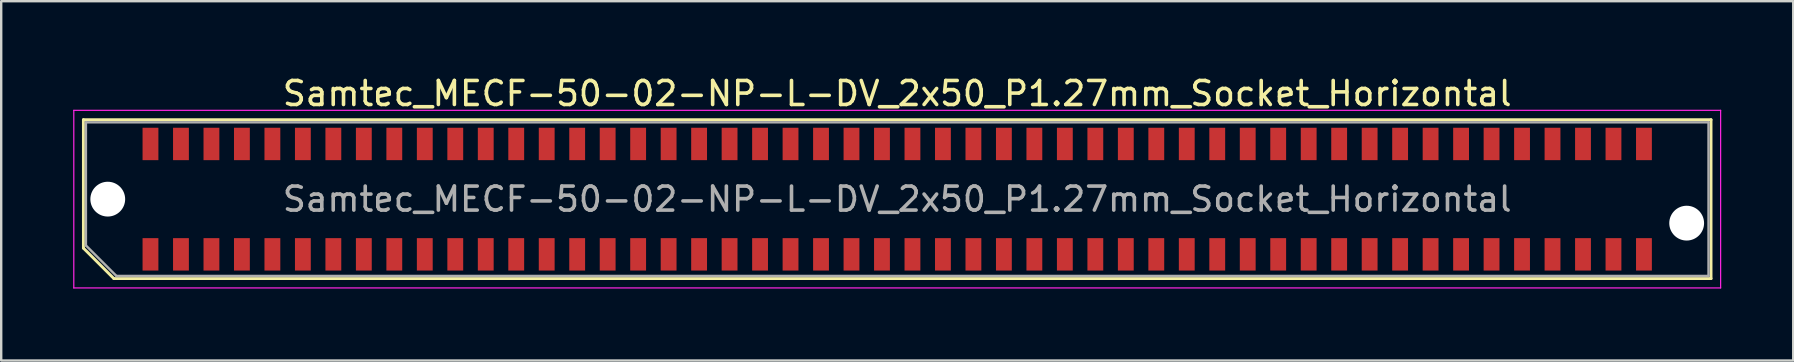
<source format=kicad_pcb>
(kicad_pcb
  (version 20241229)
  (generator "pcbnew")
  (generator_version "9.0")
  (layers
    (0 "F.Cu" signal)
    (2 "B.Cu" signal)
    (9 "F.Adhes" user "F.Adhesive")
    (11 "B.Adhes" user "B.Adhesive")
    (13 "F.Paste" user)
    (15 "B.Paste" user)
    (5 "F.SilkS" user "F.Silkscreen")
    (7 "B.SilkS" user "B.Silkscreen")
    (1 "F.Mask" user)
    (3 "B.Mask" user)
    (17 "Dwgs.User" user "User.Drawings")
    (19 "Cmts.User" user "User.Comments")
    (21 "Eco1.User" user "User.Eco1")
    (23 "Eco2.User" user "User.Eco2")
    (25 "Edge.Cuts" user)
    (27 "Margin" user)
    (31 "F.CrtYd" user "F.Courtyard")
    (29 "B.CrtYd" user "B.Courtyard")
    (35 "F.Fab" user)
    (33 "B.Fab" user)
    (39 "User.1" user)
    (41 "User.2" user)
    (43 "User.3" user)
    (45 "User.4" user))
  (footprint "Samtec_MECF-50-02-NP-L-DV_2x50_P1.27mm_Socket_Horizontal"
    (layer "F.Cu")
    (at 34.335 5.248)
    (property "Reference" "Samtec_MECF-50-02-NP-L-DV_2x50_P1.27mm_Socket_Horizontal" (at 0 -4.4 0) (layer "F.SilkS") (effects (font (size 1 1) (thickness 0.15))))
    (attr smd)
    (fp_line (start -33.91 -3.31) (end 33.91 -3.31) (stroke (width 0.12) (type solid)) (layer "F.SilkS"))
    (fp_line (start -33.91 2.04) (end -33.91 -3.31) (stroke (width 0.12) (type solid)) (layer "F.SilkS"))
    (fp_line (start -32.64 3.31) (end -33.91 2.04) (stroke (width 0.12) (type solid)) (layer "F.SilkS"))
    (fp_line (start -32.64 3.31) (end 33.91 3.31) (stroke (width 0.12) (type solid)) (layer "F.SilkS"))
    (fp_line (start 33.91 3.31) (end 33.91 -3.31) (stroke (width 0.12) (type solid)) (layer "F.SilkS"))
    (fp_line (start -34.31 -3.7) (end -34.31 3.7) (stroke (width 0.05) (type solid)) (layer "F.CrtYd"))
    (fp_line (start -34.31 3.7) (end 34.31 3.7) (stroke (width 0.05) (type solid)) (layer "F.CrtYd"))
    (fp_line (start 34.31 -3.7) (end -34.31 -3.7) (stroke (width 0.05) (type solid)) (layer "F.CrtYd"))
    (fp_line (start 34.31 3.7) (end 34.31 -3.7) (stroke (width 0.05) (type solid)) (layer "F.CrtYd"))
    (fp_line (start -33.805 -3.2) (end 33.805 -3.2) (stroke (width 0.1) (type solid)) (layer "F.Fab"))
    (fp_line (start -33.805 1.93) (end -33.805 -3.2) (stroke (width 0.1) (type solid)) (layer "F.Fab"))
    (fp_line (start -33.805 1.93) (end -32.535 3.2) (stroke (width 0.1) (type solid)) (layer "F.Fab"))
    (fp_line (start -32.535 3.2) (end 33.805 3.2) (stroke (width 0.1) (type solid)) (layer "F.Fab"))
    (fp_line (start 33.805 3.2) (end 33.805 -3.2) (stroke (width 0.1) (type solid)) (layer "F.Fab"))
    (fp_text user "${REFERENCE}" (at 0 0 0) (layer "F.Fab") (effects (font (size 1 1) (thickness 0.15))))
    (pad "" np_thru_hole circle (at -32.895 0) (size 1.45 1.45) (drill 1.45) (layers "*.Cu" "*.Mask"))
    (pad "" np_thru_hole circle (at 32.895 1) (size 1.45 1.45) (drill 1.45) (layers "*.Cu" "*.Mask"))
    (pad "1" smd rect (at -31.115 2.3) (size 0.66 1.35) (layers "F.Cu" "F.Mask" "F.Paste"))
    (pad "2" smd rect (at -31.115 -2.3) (size 0.66 1.35) (layers "F.Cu" "F.Mask" "F.Paste"))
    (pad "3" smd rect (at -29.845 2.3) (size 0.66 1.35) (layers "F.Cu" "F.Mask" "F.Paste"))
    (pad "4" smd rect (at -29.845 -2.3) (size 0.66 1.35) (layers "F.Cu" "F.Mask" "F.Paste"))
    (pad "5" smd rect (at -28.575 2.3) (size 0.66 1.35) (layers "F.Cu" "F.Mask" "F.Paste"))
    (pad "6" smd rect (at -28.575 -2.3) (size 0.66 1.35) (layers "F.Cu" "F.Mask" "F.Paste"))
    (pad "7" smd rect (at -27.305 2.3) (size 0.66 1.35) (layers "F.Cu" "F.Mask" "F.Paste"))
    (pad "8" smd rect (at -27.305 -2.3) (size 0.66 1.35) (layers "F.Cu" "F.Mask" "F.Paste"))
    (pad "9" smd rect (at -26.035 2.3) (size 0.66 1.35) (layers "F.Cu" "F.Mask" "F.Paste"))
    (pad "10" smd rect (at -26.035 -2.3) (size 0.66 1.35) (layers "F.Cu" "F.Mask" "F.Paste"))
    (pad "11" smd rect (at -24.765 2.3) (size 0.66 1.35) (layers "F.Cu" "F.Mask" "F.Paste"))
    (pad "12" smd rect (at -24.765 -2.3) (size 0.66 1.35) (layers "F.Cu" "F.Mask" "F.Paste"))
    (pad "13" smd rect (at -23.495 2.3) (size 0.66 1.35) (layers "F.Cu" "F.Mask" "F.Paste"))
    (pad "14" smd rect (at -23.495 -2.3) (size 0.66 1.35) (layers "F.Cu" "F.Mask" "F.Paste"))
    (pad "15" smd rect (at -22.225 2.3) (size 0.66 1.35) (layers "F.Cu" "F.Mask" "F.Paste"))
    (pad "16" smd rect (at -22.225 -2.3) (size 0.66 1.35) (layers "F.Cu" "F.Mask" "F.Paste"))
    (pad "17" smd rect (at -20.955 2.3) (size 0.66 1.35) (layers "F.Cu" "F.Mask" "F.Paste"))
    (pad "18" smd rect (at -20.955 -2.3) (size 0.66 1.35) (layers "F.Cu" "F.Mask" "F.Paste"))
    (pad "19" smd rect (at -19.685 2.3) (size 0.66 1.35) (layers "F.Cu" "F.Mask" "F.Paste"))
    (pad "20" smd rect (at -19.685 -2.3) (size 0.66 1.35) (layers "F.Cu" "F.Mask" "F.Paste"))
    (pad "21" smd rect (at -18.415 2.3) (size 0.66 1.35) (layers "F.Cu" "F.Mask" "F.Paste"))
    (pad "22" smd rect (at -18.415 -2.3) (size 0.66 1.35) (layers "F.Cu" "F.Mask" "F.Paste"))
    (pad "23" smd rect (at -17.145 2.3) (size 0.66 1.35) (layers "F.Cu" "F.Mask" "F.Paste"))
    (pad "24" smd rect (at -17.145 -2.3) (size 0.66 1.35) (layers "F.Cu" "F.Mask" "F.Paste"))
    (pad "25" smd rect (at -15.875 2.3) (size 0.66 1.35) (layers "F.Cu" "F.Mask" "F.Paste"))
    (pad "26" smd rect (at -15.875 -2.3) (size 0.66 1.35) (layers "F.Cu" "F.Mask" "F.Paste"))
    (pad "27" smd rect (at -14.605 2.3) (size 0.66 1.35) (layers "F.Cu" "F.Mask" "F.Paste"))
    (pad "28" smd rect (at -14.605 -2.3) (size 0.66 1.35) (layers "F.Cu" "F.Mask" "F.Paste"))
    (pad "29" smd rect (at -13.335 2.3) (size 0.66 1.35) (layers "F.Cu" "F.Mask" "F.Paste"))
    (pad "30" smd rect (at -13.335 -2.3) (size 0.66 1.35) (layers "F.Cu" "F.Mask" "F.Paste"))
    (pad "31" smd rect (at -12.065 2.3) (size 0.66 1.35) (layers "F.Cu" "F.Mask" "F.Paste"))
    (pad "32" smd rect (at -12.065 -2.3) (size 0.66 1.35) (layers "F.Cu" "F.Mask" "F.Paste"))
    (pad "33" smd rect (at -10.795 2.3) (size 0.66 1.35) (layers "F.Cu" "F.Mask" "F.Paste"))
    (pad "34" smd rect (at -10.795 -2.3) (size 0.66 1.35) (layers "F.Cu" "F.Mask" "F.Paste"))
    (pad "35" smd rect (at -9.525 2.3) (size 0.66 1.35) (layers "F.Cu" "F.Mask" "F.Paste"))
    (pad "36" smd rect (at -9.525 -2.3) (size 0.66 1.35) (layers "F.Cu" "F.Mask" "F.Paste"))
    (pad "37" smd rect (at -8.255 2.3) (size 0.66 1.35) (layers "F.Cu" "F.Mask" "F.Paste"))
    (pad "38" smd rect (at -8.255 -2.3) (size 0.66 1.35) (layers "F.Cu" "F.Mask" "F.Paste"))
    (pad "39" smd rect (at -6.985 2.3) (size 0.66 1.35) (layers "F.Cu" "F.Mask" "F.Paste"))
    (pad "40" smd rect (at -6.985 -2.3) (size 0.66 1.35) (layers "F.Cu" "F.Mask" "F.Paste"))
    (pad "41" smd rect (at -5.715 2.3) (size 0.66 1.35) (layers "F.Cu" "F.Mask" "F.Paste"))
    (pad "42" smd rect (at -5.715 -2.3) (size 0.66 1.35) (layers "F.Cu" "F.Mask" "F.Paste"))
    (pad "43" smd rect (at -4.445 2.3) (size 0.66 1.35) (layers "F.Cu" "F.Mask" "F.Paste"))
    (pad "44" smd rect (at -4.445 -2.3) (size 0.66 1.35) (layers "F.Cu" "F.Mask" "F.Paste"))
    (pad "45" smd rect (at -3.175 2.3) (size 0.66 1.35) (layers "F.Cu" "F.Mask" "F.Paste"))
    (pad "46" smd rect (at -3.175 -2.3) (size 0.66 1.35) (layers "F.Cu" "F.Mask" "F.Paste"))
    (pad "47" smd rect (at -1.905 2.3) (size 0.66 1.35) (layers "F.Cu" "F.Mask" "F.Paste"))
    (pad "48" smd rect (at -1.905 -2.3) (size 0.66 1.35) (layers "F.Cu" "F.Mask" "F.Paste"))
    (pad "49" smd rect (at -0.635 2.3) (size 0.66 1.35) (layers "F.Cu" "F.Mask" "F.Paste"))
    (pad "50" smd rect (at -0.635 -2.3) (size 0.66 1.35) (layers "F.Cu" "F.Mask" "F.Paste"))
    (pad "51" smd rect (at 0.635 2.3) (size 0.66 1.35) (layers "F.Cu" "F.Mask" "F.Paste"))
    (pad "52" smd rect (at 0.635 -2.3) (size 0.66 1.35) (layers "F.Cu" "F.Mask" "F.Paste"))
    (pad "53" smd rect (at 1.905 2.3) (size 0.66 1.35) (layers "F.Cu" "F.Mask" "F.Paste"))
    (pad "54" smd rect (at 1.905 -2.3) (size 0.66 1.35) (layers "F.Cu" "F.Mask" "F.Paste"))
    (pad "55" smd rect (at 3.175 2.3) (size 0.66 1.35) (layers "F.Cu" "F.Mask" "F.Paste"))
    (pad "56" smd rect (at 3.175 -2.3) (size 0.66 1.35) (layers "F.Cu" "F.Mask" "F.Paste"))
    (pad "57" smd rect (at 4.445 2.3) (size 0.66 1.35) (layers "F.Cu" "F.Mask" "F.Paste"))
    (pad "58" smd rect (at 4.445 -2.3) (size 0.66 1.35) (layers "F.Cu" "F.Mask" "F.Paste"))
    (pad "59" smd rect (at 5.715 2.3) (size 0.66 1.35) (layers "F.Cu" "F.Mask" "F.Paste"))
    (pad "60" smd rect (at 5.715 -2.3) (size 0.66 1.35) (layers "F.Cu" "F.Mask" "F.Paste"))
    (pad "61" smd rect (at 6.985 2.3) (size 0.66 1.35) (layers "F.Cu" "F.Mask" "F.Paste"))
    (pad "62" smd rect (at 6.985 -2.3) (size 0.66 1.35) (layers "F.Cu" "F.Mask" "F.Paste"))
    (pad "63" smd rect (at 8.255 2.3) (size 0.66 1.35) (layers "F.Cu" "F.Mask" "F.Paste"))
    (pad "64" smd rect (at 8.255 -2.3) (size 0.66 1.35) (layers "F.Cu" "F.Mask" "F.Paste"))
    (pad "65" smd rect (at 9.525 2.3) (size 0.66 1.35) (layers "F.Cu" "F.Mask" "F.Paste"))
    (pad "66" smd rect (at 9.525 -2.3) (size 0.66 1.35) (layers "F.Cu" "F.Mask" "F.Paste"))
    (pad "67" smd rect (at 10.795 2.3) (size 0.66 1.35) (layers "F.Cu" "F.Mask" "F.Paste"))
    (pad "68" smd rect (at 10.795 -2.3) (size 0.66 1.35) (layers "F.Cu" "F.Mask" "F.Paste"))
    (pad "69" smd rect (at 12.065 2.3) (size 0.66 1.35) (layers "F.Cu" "F.Mask" "F.Paste"))
    (pad "70" smd rect (at 12.065 -2.3) (size 0.66 1.35) (layers "F.Cu" "F.Mask" "F.Paste"))
    (pad "71" smd rect (at 13.335 2.3) (size 0.66 1.35) (layers "F.Cu" "F.Mask" "F.Paste"))
    (pad "72" smd rect (at 13.335 -2.3) (size 0.66 1.35) (layers "F.Cu" "F.Mask" "F.Paste"))
    (pad "73" smd rect (at 14.605 2.3) (size 0.66 1.35) (layers "F.Cu" "F.Mask" "F.Paste"))
    (pad "74" smd rect (at 14.605 -2.3) (size 0.66 1.35) (layers "F.Cu" "F.Mask" "F.Paste"))
    (pad "75" smd rect (at 15.875 2.3) (size 0.66 1.35) (layers "F.Cu" "F.Mask" "F.Paste"))
    (pad "76" smd rect (at 15.875 -2.3) (size 0.66 1.35) (layers "F.Cu" "F.Mask" "F.Paste"))
    (pad "77" smd rect (at 17.145 2.3) (size 0.66 1.35) (layers "F.Cu" "F.Mask" "F.Paste"))
    (pad "78" smd rect (at 17.145 -2.3) (size 0.66 1.35) (layers "F.Cu" "F.Mask" "F.Paste"))
    (pad "79" smd rect (at 18.415 2.3) (size 0.66 1.35) (layers "F.Cu" "F.Mask" "F.Paste"))
    (pad "80" smd rect (at 18.415 -2.3) (size 0.66 1.35) (layers "F.Cu" "F.Mask" "F.Paste"))
    (pad "81" smd rect (at 19.685 2.3) (size 0.66 1.35) (layers "F.Cu" "F.Mask" "F.Paste"))
    (pad "82" smd rect (at 19.685 -2.3) (size 0.66 1.35) (layers "F.Cu" "F.Mask" "F.Paste"))
    (pad "83" smd rect (at 20.955 2.3) (size 0.66 1.35) (layers "F.Cu" "F.Mask" "F.Paste"))
    (pad "84" smd rect (at 20.955 -2.3) (size 0.66 1.35) (layers "F.Cu" "F.Mask" "F.Paste"))
    (pad "85" smd rect (at 22.225 2.3) (size 0.66 1.35) (layers "F.Cu" "F.Mask" "F.Paste"))
    (pad "86" smd rect (at 22.225 -2.3) (size 0.66 1.35) (layers "F.Cu" "F.Mask" "F.Paste"))
    (pad "87" smd rect (at 23.495 2.3) (size 0.66 1.35) (layers "F.Cu" "F.Mask" "F.Paste"))
    (pad "88" smd rect (at 23.495 -2.3) (size 0.66 1.35) (layers "F.Cu" "F.Mask" "F.Paste"))
    (pad "89" smd rect (at 24.765 2.3) (size 0.66 1.35) (layers "F.Cu" "F.Mask" "F.Paste"))
    (pad "90" smd rect (at 24.765 -2.3) (size 0.66 1.35) (layers "F.Cu" "F.Mask" "F.Paste"))
    (pad "91" smd rect (at 26.035 2.3) (size 0.66 1.35) (layers "F.Cu" "F.Mask" "F.Paste"))
    (pad "92" smd rect (at 26.035 -2.3) (size 0.66 1.35) (layers "F.Cu" "F.Mask" "F.Paste"))
    (pad "93" smd rect (at 27.305 2.3) (size 0.66 1.35) (layers "F.Cu" "F.Mask" "F.Paste"))
    (pad "94" smd rect (at 27.305 -2.3) (size 0.66 1.35) (layers "F.Cu" "F.Mask" "F.Paste"))
    (pad "95" smd rect (at 28.575 2.3) (size 0.66 1.35) (layers "F.Cu" "F.Mask" "F.Paste"))
    (pad "96" smd rect (at 28.575 -2.3) (size 0.66 1.35) (layers "F.Cu" "F.Mask" "F.Paste"))
    (pad "97" smd rect (at 29.845 2.3) (size 0.66 1.35) (layers "F.Cu" "F.Mask" "F.Paste"))
    (pad "98" smd rect (at 29.845 -2.3) (size 0.66 1.35) (layers "F.Cu" "F.Mask" "F.Paste"))
    (pad "99" smd rect (at 31.115 2.3) (size 0.66 1.35) (layers "F.Cu" "F.Mask" "F.Paste"))
    (pad "100" smd rect (at 31.115 -2.3) (size 0.66 1.35) (layers "F.Cu" "F.Mask" "F.Paste")))
  (gr_rect
    (start -3 -3)
    (end 71.67 11.973)
    (stroke (width 0.1) (type default))
    (fill no)
    (layer "Edge.Cuts")))
</source>
